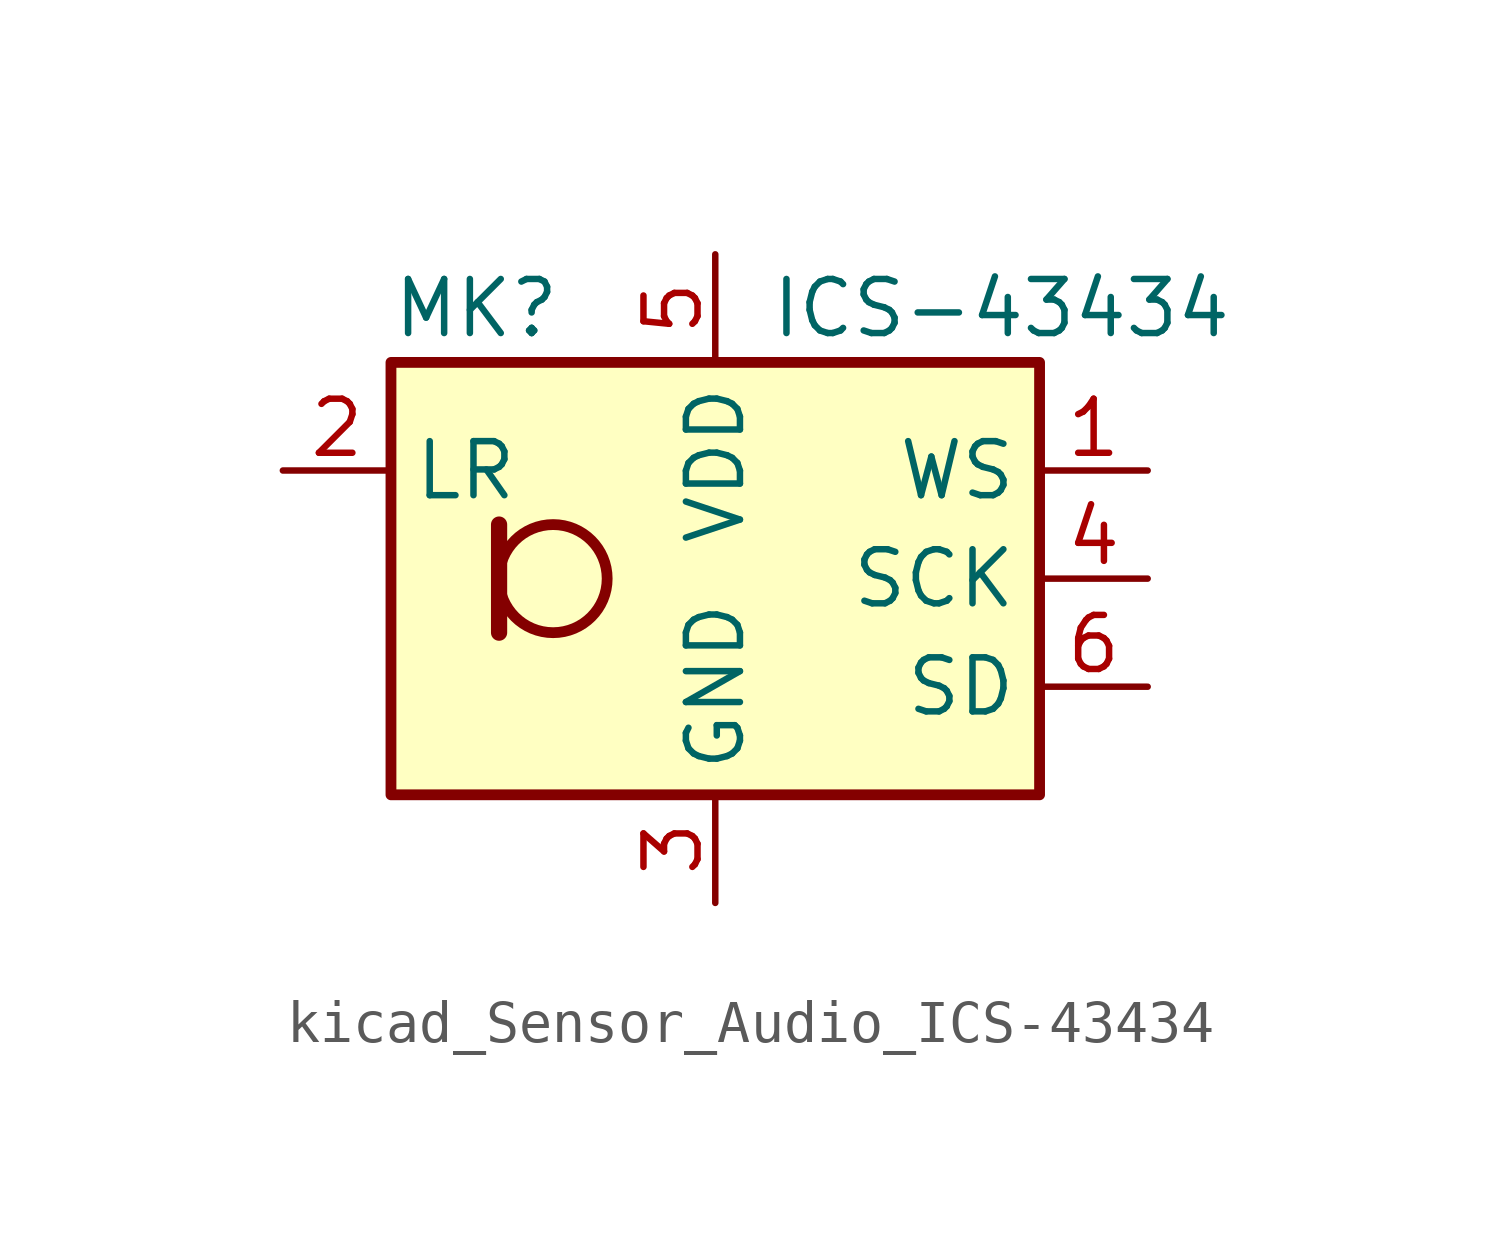
<source format=kicad_sym>
(kicad_symbol_lib
  (version 20220914)
  (generator kicad_symbol_editor)
  (symbol "kicad_Sensor_Audio_ICS-43434"
    (property "Reference" "MK"
      (at -7.62 6.35 0)
      (effects (font (size 1.27 1.27)) (justify left)))
    (property "Value" "ICS-43434"
      (at 1.27 6.35 0)
      (effects (font (size 1.27 1.27)) (justify left)))
    (symbol "kicad_Sensor_Audio_ICS-43434_1_1"
      (rectangle (start -7.62 5.08) (end 7.62 -5.08) (stroke (width 0.254) (type default)) (fill (type background)))
      (circle (center -3.81 0) (radius 1.27) (stroke (width 0.254) (type default)) (fill (type none)))
      (polyline (pts (xy -5.08 1.27) (xy -5.08 -1.27)) (stroke (width 0.381) (type default)) (fill (type none)))
      (pin input line (at 10.16 2.54 180) (length 2.54) (name "WS" (effects (font (size 1.27 1.27)))) (number "1" (effects (font (size 1.27 1.27)))))
      (pin input line (at -10.16 2.54 0) (length 2.54) (name "LR" (effects (font (size 1.27 1.27)))) (number "2" (effects (font (size 1.27 1.27)))))
      (pin power_in line (at 0 -7.62 90) (length 2.54) (name "GND" (effects (font (size 1.27 1.27)))) (number "3" (effects (font (size 1.27 1.27)))))
      (pin input line (at 10.16 0 180) (length 2.54) (name "SCK" (effects (font (size 1.27 1.27)))) (number "4" (effects (font (size 1.27 1.27)))))
      (pin power_in line (at 0 7.62 270) (length 2.54) (name "VDD" (effects (font (size 1.27 1.27)))) (number "5" (effects (font (size 1.27 1.27)))))
      (pin output line (at 10.16 -2.54 180) (length 2.54) (name "SD" (effects (font (size 1.27 1.27)))) (number "6" (effects (font (size 1.27 1.27))))))))
</source>
